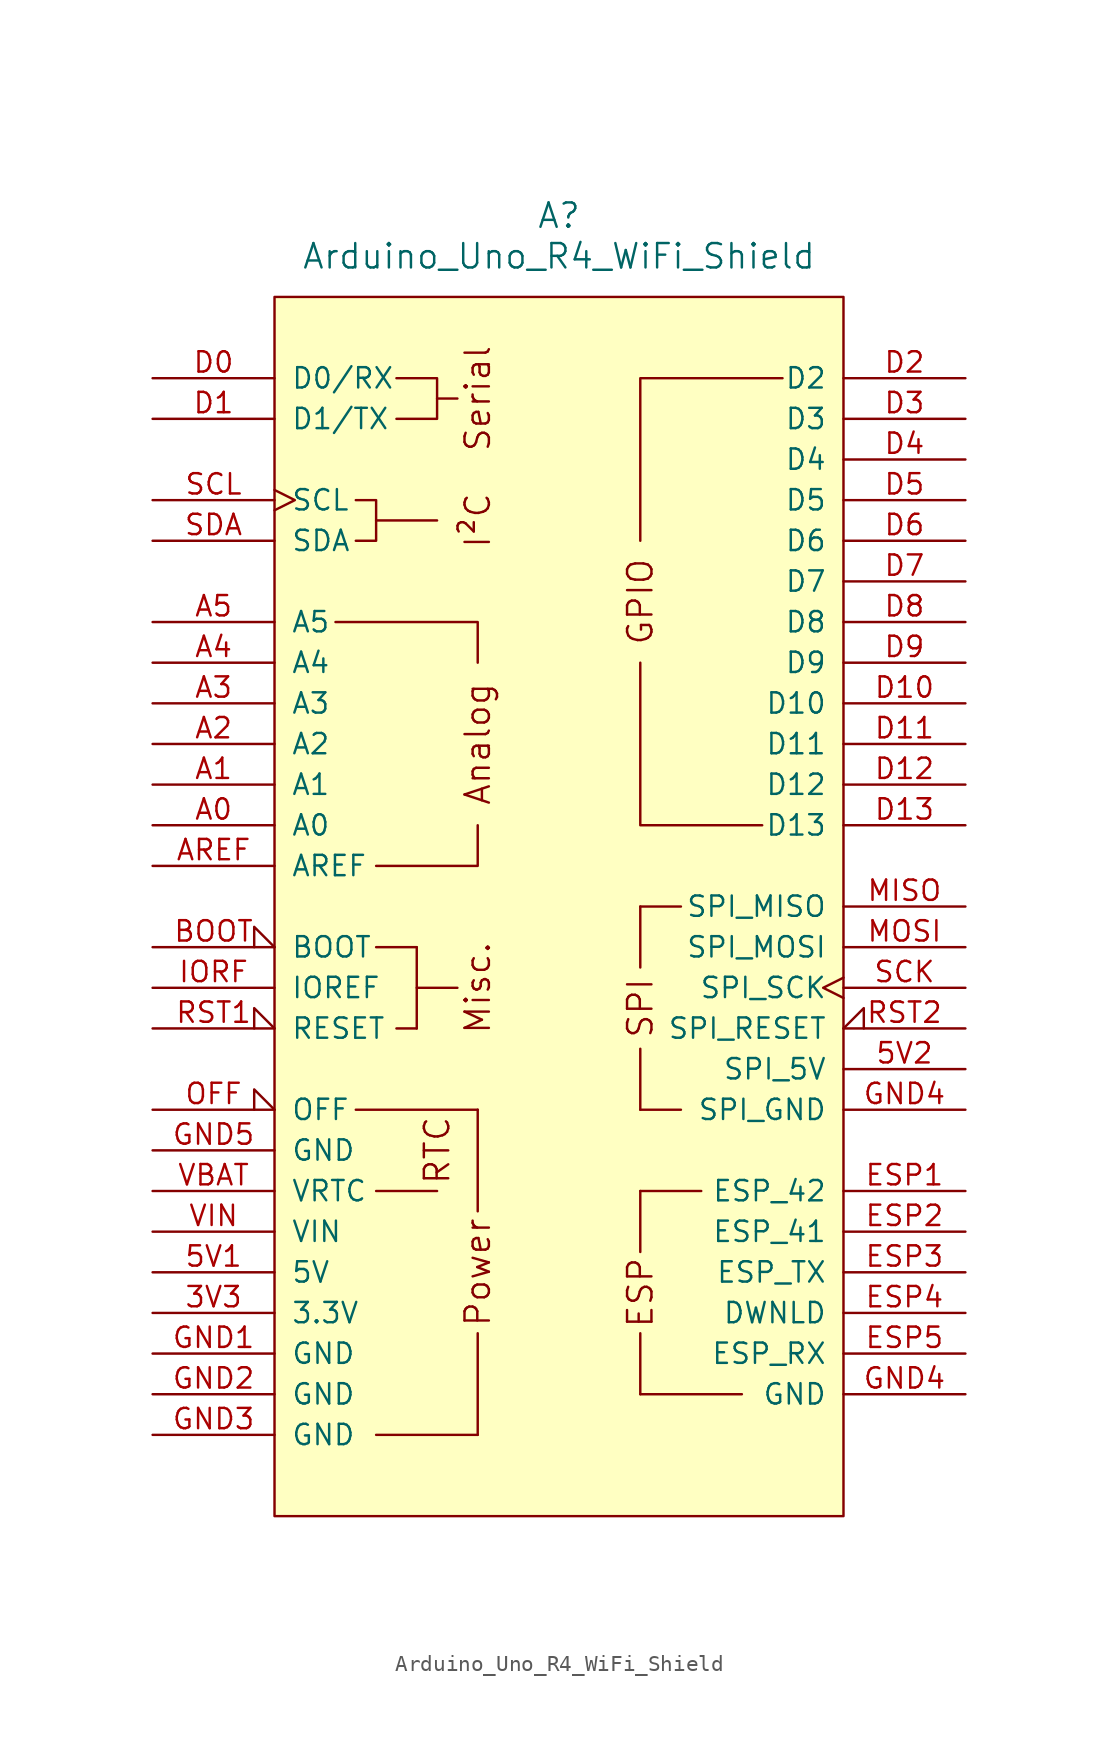
<source format=kicad_sym>
(kicad_symbol_lib
  (version 20211014)
  (generator kicad_symbol_editor)
  (symbol "Arduino_Uno_R4_WiFi_Shield"
    (pin_names
      (offset 1.016))
    (property "Reference" "A"
      (at 0 43.18 0)
      (effects (font (size 1.524 1.524))))
    (property "Value" "Arduino_Uno_R4_WiFi_Shield"
      (at 0 40.64 0)
      (effects (font (size 1.524 1.524))))
    (symbol "Arduino_Uno_R4_WiFi_Shield_0_0"
      (rectangle (start -17.78 38.1) (end 17.78 -38.1) (stroke (width 0) (type default) (color 0 0 0 0)) (fill (type background)))
      (rectangle (start -12.7 -12.7) (end -5.08 -12.7) (stroke (width 0) (type default) (color 0 0 0 0)) (fill (type none)))
      (rectangle (start -11.43 -33.02) (end -5.08 -33.02) (stroke (width 0) (type default) (color 0 0 0 0)) (fill (type none)))
      (rectangle (start -10.16 -7.62) (end -8.89 -7.62) (stroke (width 0) (type default) (color 0 0 0 0)) (fill (type none)))
      (rectangle (start -8.89 -7.62) (end -8.89 -2.54) (stroke (width 0) (type default) (color 0 0 0 0)) (fill (type none)))
      (rectangle (start -8.89 -5.08) (end -6.35 -5.08) (stroke (width 0) (type default) (color 0 0 0 0)) (fill (type none)))
      (rectangle (start -8.89 -2.54) (end -11.43 -2.54) (stroke (width 0) (type default) (color 0 0 0 0)) (fill (type none)))
      (polyline (pts (xy -11.43 24.13) (xy -7.62 24.13)) (stroke (width 0) (type default) (color 0 0 0 0)) (fill (type none)))
      (polyline (pts (xy -7.62 31.75) (xy -6.35 31.75)) (stroke (width 0) (type default) (color 0 0 0 0)) (fill (type none)))
      (polyline (pts (xy -5.08 -26.67) (xy -5.08 -33.02)) (stroke (width 0) (type default) (color 0 0 0 0)) (fill (type none)))
      (polyline (pts (xy -5.08 -12.7) (xy -5.08 -19.05)) (stroke (width 0) (type default) (color 0 0 0 0)) (fill (type none)))
      (polyline (pts (xy -5.08 5.08) (xy -5.08 2.54) (xy -11.43 2.54)) (stroke (width 0) (type default) (color 0 0 0 0)) (fill (type none)))
      (polyline (pts (xy -5.08 15.24) (xy -5.08 17.78) (xy -13.97 17.78)) (stroke (width 0) (type default) (color 0 0 0 0)) (fill (type none)))
      (polyline (pts (xy 5.08 15.24) (xy 5.08 5.08) (xy 12.7 5.08)) (stroke (width 0) (type default) (color 0 0 0 0)) (fill (type none)))
      (polyline (pts (xy 5.08 22.86) (xy 5.08 33.02) (xy 13.97 33.02)) (stroke (width 0) (type default) (color 0 0 0 0)) (fill (type none)))
      (polyline (pts (xy -12.7 25.4) (xy -11.43 25.4) (xy -11.43 22.86) (xy -12.7 22.86)) (stroke (width 0) (type default) (color 0 0 0 0)) (fill (type none)))
      (polyline (pts (xy -10.16 33.02) (xy -7.62 33.02) (xy -7.62 30.48) (xy -10.16 30.48)) (stroke (width 0) (type default) (color 0 0 0 0)) (fill (type none)))
      (rectangle (start 5.08 -30.48) (end 5.08 -26.67) (stroke (width 0) (type default) (color 0 0 0 0)) (fill (type none)))
      (rectangle (start 5.08 -30.48) (end 11.43 -30.48) (stroke (width 0) (type default) (color 0 0 0 0)) (fill (type none)))
      (rectangle (start 5.08 -21.59) (end 5.08 -17.78) (stroke (width 0) (type default) (color 0 0 0 0)) (fill (type none)))
      (rectangle (start 5.08 -17.78) (end 8.89 -17.78) (stroke (width 0) (type default) (color 0 0 0 0)) (fill (type none)))
      (rectangle (start 5.08 -12.7) (end 5.08 -8.89) (stroke (width 0) (type default) (color 0 0 0 0)) (fill (type none)))
      (rectangle (start 5.08 -12.7) (end 7.62 -12.7) (stroke (width 0) (type default) (color 0 0 0 0)) (fill (type none)))
      (rectangle (start 5.08 -3.81) (end 5.08 0) (stroke (width 0) (type default) (color 0 0 0 0)) (fill (type none)))
      (rectangle (start 7.62 0) (end 5.08 0) (stroke (width 0) (type default) (color 0 0 0 0)) (fill (type none)))
      (text "Analog" (at -5.08 10.16 900) (effects (font (size 1.524 1.524))))
      (text "ESP" (at 5.08 -24.13 900) (effects (font (size 1.524 1.524))))
      (text "I²C" (at -5.08 24.13 900) (effects (font (size 1.524 1.524))))
      (text "Misc." (at -5.08 -5.08 900) (effects (font (size 1.524 1.524))))
      (text "Power" (at -5.08 -22.86 900) (effects (font (size 1.524 1.524))))
      (text "RTC" (at -7.62 -15.24 900) (effects (font (size 1.524 1.524))))
      (text "Serial" (at -5.08 31.75 900) (effects (font (size 1.524 1.524))))
      (text "SPI" (at 5.08 -6.35 900) (effects (font (size 1.524 1.524)))))
    (symbol "Arduino_Uno_R4_WiFi_Shield_0_1"
      (polyline (pts (xy -11.43 -17.78) (xy -7.62 -17.78)) (stroke (width 0) (type default) (color 0 0 0 0)) (fill (type none))))
    (symbol "Arduino_Uno_R4_WiFi_Shield_1_0"
      (text "GPIO" (at 5.08 19.05 900) (effects (font (size 1.524 1.524)))))
    (symbol "Arduino_Uno_R4_WiFi_Shield_1_1"
      (pin power_out line (at -25.4 -25.4 0) (length 7.62) (name "3.3V" (effects (font (size 1.27 1.27)))) (number "3V3" (effects (font (size 1.27 1.27)))))
      (pin power_in line (at -25.4 -22.86 0) (length 7.62) (name "5V" (effects (font (size 1.27 1.27)))) (number "5V1" (effects (font (size 1.27 1.27)))))
      (pin power_in line (at 25.4 -10.16 180) (length 7.62) (name "SPI_5V" (effects (font (size 1.27 1.27)))) (number "5V2" (effects (font (size 1.27 1.27)))))
      (pin bidirectional line (at -25.4 5.08 0) (length 7.62) (name "A0" (effects (font (size 1.27 1.27)))) (number "A0" (effects (font (size 1.27 1.27)))))
      (pin bidirectional line (at -25.4 7.62 0) (length 7.62) (name "A1" (effects (font (size 1.27 1.27)))) (number "A1" (effects (font (size 1.27 1.27)))))
      (pin bidirectional line (at -25.4 10.16 0) (length 7.62) (name "A2" (effects (font (size 1.27 1.27)))) (number "A2" (effects (font (size 1.27 1.27)))))
      (pin bidirectional line (at -25.4 12.7 0) (length 7.62) (name "A3" (effects (font (size 1.27 1.27)))) (number "A3" (effects (font (size 1.27 1.27)))))
      (pin bidirectional line (at -25.4 15.24 0) (length 7.62) (name "A4" (effects (font (size 1.27 1.27)))) (number "A4" (effects (font (size 1.27 1.27)))))
      (pin bidirectional line (at -25.4 17.78 0) (length 7.62) (name "A5" (effects (font (size 1.27 1.27)))) (number "A5" (effects (font (size 1.27 1.27)))))
      (pin input line (at -25.4 2.54 0) (length 7.62) (name "AREF" (effects (font (size 1.27 1.27)))) (number "AREF" (effects (font (size 1.27 1.27)))))
      (pin input input_low (at -25.4 -2.54 0) (length 7.62) (name "BOOT" (effects (font (size 1.27 1.27)))) (number "BOOT" (effects (font (size 1.27 1.27)))))
      (pin bidirectional line (at -25.4 33.02 0) (length 7.62) (name "D0/RX" (effects (font (size 1.27 1.27)))) (number "D0" (effects (font (size 1.27 1.27)))))
      (pin bidirectional line (at -25.4 30.48 0) (length 7.62) (name "D1/TX" (effects (font (size 1.27 1.27)))) (number "D1" (effects (font (size 1.27 1.27)))))
      (pin bidirectional line (at 25.4 12.7 180) (length 7.62) (name "D10" (effects (font (size 1.27 1.27)))) (number "D10" (effects (font (size 1.27 1.27)))))
      (pin bidirectional line (at 25.4 10.16 180) (length 7.62) (name "D11" (effects (font (size 1.27 1.27)))) (number "D11" (effects (font (size 1.27 1.27)))))
      (pin bidirectional line (at 25.4 7.62 180) (length 7.62) (name "D12" (effects (font (size 1.27 1.27)))) (number "D12" (effects (font (size 1.27 1.27)))))
      (pin bidirectional line (at 25.4 5.08 180) (length 7.62) (name "D13" (effects (font (size 1.27 1.27)))) (number "D13" (effects (font (size 1.27 1.27)))))
      (pin bidirectional line (at 25.4 33.02 180) (length 7.62) (name "D2" (effects (font (size 1.27 1.27)))) (number "D2" (effects (font (size 1.27 1.27)))))
      (pin bidirectional line (at 25.4 30.48 180) (length 7.62) (name "D3" (effects (font (size 1.27 1.27)))) (number "D3" (effects (font (size 1.27 1.27)))))
      (pin bidirectional line (at 25.4 27.94 180) (length 7.62) (name "D4" (effects (font (size 1.27 1.27)))) (number "D4" (effects (font (size 1.27 1.27)))))
      (pin bidirectional line (at 25.4 25.4 180) (length 7.62) (name "D5" (effects (font (size 1.27 1.27)))) (number "D5" (effects (font (size 1.27 1.27)))))
      (pin bidirectional line (at 25.4 22.86 180) (length 7.62) (name "D6" (effects (font (size 1.27 1.27)))) (number "D6" (effects (font (size 1.27 1.27)))))
      (pin bidirectional line (at 25.4 20.32 180) (length 7.62) (name "D7" (effects (font (size 1.27 1.27)))) (number "D7" (effects (font (size 1.27 1.27)))))
      (pin bidirectional line (at 25.4 17.78 180) (length 7.62) (name "D8" (effects (font (size 1.27 1.27)))) (number "D8" (effects (font (size 1.27 1.27)))))
      (pin bidirectional line (at 25.4 15.24 180) (length 7.62) (name "D9" (effects (font (size 1.27 1.27)))) (number "D9" (effects (font (size 1.27 1.27)))))
      (pin bidirectional line (at 25.4 -17.78 180) (length 7.62) (name "ESP_42" (effects (font (size 1.27 1.27)))) (number "ESP1" (effects (font (size 1.27 1.27)))))
      (pin bidirectional line (at 25.4 -20.32 180) (length 7.62) (name "ESP_41" (effects (font (size 1.27 1.27)))) (number "ESP2" (effects (font (size 1.27 1.27)))))
      (pin bidirectional line (at 25.4 -22.86 180) (length 7.62) (name "ESP_TX" (effects (font (size 1.27 1.27)))) (number "ESP3" (effects (font (size 1.27 1.27)))))
      (pin bidirectional line (at 25.4 -25.4 180) (length 7.62) (name "DWNLD" (effects (font (size 1.27 1.27)))) (number "ESP4" (effects (font (size 1.27 1.27)))))
      (pin bidirectional line (at 25.4 -27.94 180) (length 7.62) (name "ESP_RX" (effects (font (size 1.27 1.27)))) (number "ESP5" (effects (font (size 1.27 1.27)))))
      (pin power_in line (at -25.4 -27.94 0) (length 7.62) (name "GND" (effects (font (size 1.27 1.27)))) (number "GND1" (effects (font (size 1.27 1.27)))))
      (pin power_in line (at -25.4 -30.48 0) (length 7.62) (name "GND" (effects (font (size 1.27 1.27)))) (number "GND2" (effects (font (size 1.27 1.27)))))
      (pin power_in line (at -25.4 -33.02 0) (length 7.62) (name "GND" (effects (font (size 1.27 1.27)))) (number "GND3" (effects (font (size 1.27 1.27)))))
      (pin power_in line (at 25.4 -30.48 180) (length 7.62) (name "GND" (effects (font (size 1.27 1.27)))) (number "GND4" (effects (font (size 1.27 1.27)))))
      (pin power_in line (at 25.4 -12.7 180) (length 7.62) (name "SPI_GND" (effects (font (size 1.27 1.27)))) (number "GND4" (effects (font (size 1.27 1.27)))))
      (pin power_in line (at -25.4 -15.24 0) (length 7.62) (name "GND" (effects (font (size 1.27 1.27)))) (number "GND5" (effects (font (size 1.27 1.27)))))
      (pin output line (at -25.4 -5.08 0) (length 7.62) (name "IOREF" (effects (font (size 1.27 1.27)))) (number "IORF" (effects (font (size 1.27 1.27)))))
      (pin input line (at 25.4 0 180) (length 7.62) (name "SPI_MISO" (effects (font (size 1.27 1.27)))) (number "MISO" (effects (font (size 1.27 1.27)))))
      (pin output line (at 25.4 -2.54 180) (length 7.62) (name "SPI_MOSI" (effects (font (size 1.27 1.27)))) (number "MOSI" (effects (font (size 1.27 1.27)))))
      (pin input input_low (at -25.4 -12.7 0) (length 7.62) (name "OFF" (effects (font (size 1.27 1.27)))) (number "OFF" (effects (font (size 1.27 1.27)))))
      (pin open_collector input_low (at -25.4 -7.62 0) (length 7.62) (name "RESET" (effects (font (size 1.27 1.27)))) (number "RST1" (effects (font (size 1.27 1.27)))))
      (pin open_collector input_low (at 25.4 -7.62 180) (length 7.62) (name "SPI_RESET" (effects (font (size 1.27 1.27)))) (number "RST2" (effects (font (size 1.27 1.27)))))
      (pin output clock (at 25.4 -5.08 180) (length 7.62) (name "SPI_SCK" (effects (font (size 1.27 1.27)))) (number "SCK" (effects (font (size 1.27 1.27)))))
      (pin bidirectional clock (at -25.4 25.4 0) (length 7.62) (name "SCL" (effects (font (size 1.27 1.27)))) (number "SCL" (effects (font (size 1.27 1.27)))))
      (pin bidirectional line (at -25.4 22.86 0) (length 7.62) (name "SDA" (effects (font (size 1.27 1.27)))) (number "SDA" (effects (font (size 1.27 1.27)))))
      (pin power_in line (at -25.4 -17.78 0) (length 7.62) (name "VRTC" (effects (font (size 1.27 1.27)))) (number "VBAT" (effects (font (size 1.27 1.27)))))
      (pin power_in line (at -25.4 -20.32 0) (length 7.62) (name "VIN" (effects (font (size 1.27 1.27)))) (number "VIN" (effects (font (size 1.27 1.27))))))))
</source>
